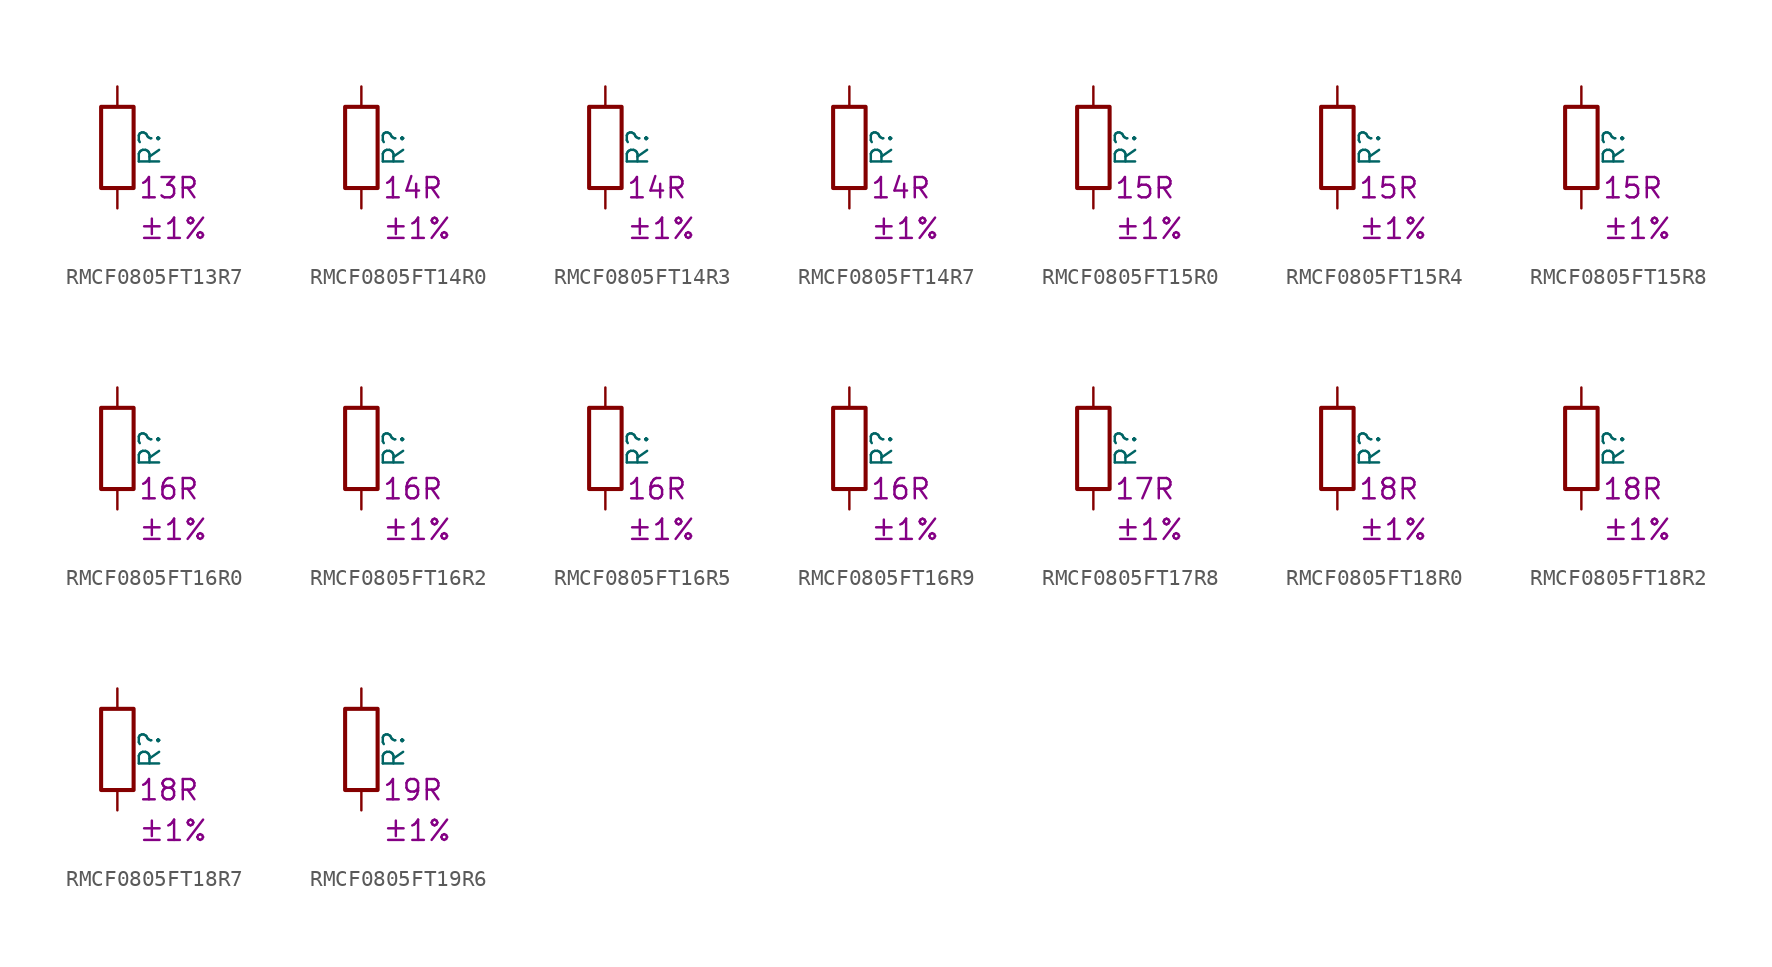
<source format=kicad_sym>
(kicad_symbol_lib
  (version 20220914)
  (generator kicad_symbol_editor)
  (symbol "RMCF0805FT13R7"
    (pin_numbers hide)
    (pin_names
      (offset 0))
    (property "Reference" "R"
      (at 2.032 0 90)
      (effects (font (size 1.27 1.27))))
    (property "Resistance" "13R"
      (at 1.27 -2.54 0)
      (effects (font (size 1.27 1.27)) (justify left)))
    (property "Tolerance" "±1%"
      (at 1.27 -5.08 0)
      (effects (font (size 1.27 1.27)) (justify left)))
    (symbol "RMCF0805FT13R7_0_1"
      (rectangle (start -1.016 -2.54) (end 1.016 2.54) (stroke (width 0.254) (type default)) (fill (type none))))
    (symbol "RMCF0805FT13R7_1_1"
      (pin passive line (at 0 3.81 270) (length 1.27) (name "~" (effects (font (size 1.27 1.27)))) (number "1" (effects (font (size 1.27 1.27)))))
      (pin passive line (at 0 -3.81 90) (length 1.27) (name "~" (effects (font (size 1.27 1.27)))) (number "2" (effects (font (size 1.27 1.27)))))))
  (symbol "RMCF0805FT14R0"
    (pin_numbers hide)
    (pin_names
      (offset 0))
    (property "Reference" "R"
      (at 2.032 0 90)
      (effects (font (size 1.27 1.27))))
    (property "Resistance" "14R"
      (at 1.27 -2.54 0)
      (effects (font (size 1.27 1.27)) (justify left)))
    (property "Tolerance" "±1%"
      (at 1.27 -5.08 0)
      (effects (font (size 1.27 1.27)) (justify left)))
    (symbol "RMCF0805FT14R0_0_1"
      (rectangle (start -1.016 -2.54) (end 1.016 2.54) (stroke (width 0.254) (type default)) (fill (type none))))
    (symbol "RMCF0805FT14R0_1_1"
      (pin passive line (at 0 3.81 270) (length 1.27) (name "~" (effects (font (size 1.27 1.27)))) (number "1" (effects (font (size 1.27 1.27)))))
      (pin passive line (at 0 -3.81 90) (length 1.27) (name "~" (effects (font (size 1.27 1.27)))) (number "2" (effects (font (size 1.27 1.27)))))))
  (symbol "RMCF0805FT14R3"
    (pin_numbers hide)
    (pin_names
      (offset 0))
    (property "Reference" "R"
      (at 2.032 0 90)
      (effects (font (size 1.27 1.27))))
    (property "Resistance" "14R"
      (at 1.27 -2.54 0)
      (effects (font (size 1.27 1.27)) (justify left)))
    (property "Tolerance" "±1%"
      (at 1.27 -5.08 0)
      (effects (font (size 1.27 1.27)) (justify left)))
    (symbol "RMCF0805FT14R3_0_1"
      (rectangle (start -1.016 -2.54) (end 1.016 2.54) (stroke (width 0.254) (type default)) (fill (type none))))
    (symbol "RMCF0805FT14R3_1_1"
      (pin passive line (at 0 3.81 270) (length 1.27) (name "~" (effects (font (size 1.27 1.27)))) (number "1" (effects (font (size 1.27 1.27)))))
      (pin passive line (at 0 -3.81 90) (length 1.27) (name "~" (effects (font (size 1.27 1.27)))) (number "2" (effects (font (size 1.27 1.27)))))))
  (symbol "RMCF0805FT14R7"
    (pin_numbers hide)
    (pin_names
      (offset 0))
    (property "Reference" "R"
      (at 2.032 0 90)
      (effects (font (size 1.27 1.27))))
    (property "Resistance" "14R"
      (at 1.27 -2.54 0)
      (effects (font (size 1.27 1.27)) (justify left)))
    (property "Tolerance" "±1%"
      (at 1.27 -5.08 0)
      (effects (font (size 1.27 1.27)) (justify left)))
    (symbol "RMCF0805FT14R7_0_1"
      (rectangle (start -1.016 -2.54) (end 1.016 2.54) (stroke (width 0.254) (type default)) (fill (type none))))
    (symbol "RMCF0805FT14R7_1_1"
      (pin passive line (at 0 3.81 270) (length 1.27) (name "~" (effects (font (size 1.27 1.27)))) (number "1" (effects (font (size 1.27 1.27)))))
      (pin passive line (at 0 -3.81 90) (length 1.27) (name "~" (effects (font (size 1.27 1.27)))) (number "2" (effects (font (size 1.27 1.27)))))))
  (symbol "RMCF0805FT15R0"
    (pin_numbers hide)
    (pin_names
      (offset 0))
    (property "Reference" "R"
      (at 2.032 0 90)
      (effects (font (size 1.27 1.27))))
    (property "Resistance" "15R"
      (at 1.27 -2.54 0)
      (effects (font (size 1.27 1.27)) (justify left)))
    (property "Tolerance" "±1%"
      (at 1.27 -5.08 0)
      (effects (font (size 1.27 1.27)) (justify left)))
    (symbol "RMCF0805FT15R0_0_1"
      (rectangle (start -1.016 -2.54) (end 1.016 2.54) (stroke (width 0.254) (type default)) (fill (type none))))
    (symbol "RMCF0805FT15R0_1_1"
      (pin passive line (at 0 3.81 270) (length 1.27) (name "~" (effects (font (size 1.27 1.27)))) (number "1" (effects (font (size 1.27 1.27)))))
      (pin passive line (at 0 -3.81 90) (length 1.27) (name "~" (effects (font (size 1.27 1.27)))) (number "2" (effects (font (size 1.27 1.27)))))))
  (symbol "RMCF0805FT15R4"
    (pin_numbers hide)
    (pin_names
      (offset 0))
    (property "Reference" "R"
      (at 2.032 0 90)
      (effects (font (size 1.27 1.27))))
    (property "Resistance" "15R"
      (at 1.27 -2.54 0)
      (effects (font (size 1.27 1.27)) (justify left)))
    (property "Tolerance" "±1%"
      (at 1.27 -5.08 0)
      (effects (font (size 1.27 1.27)) (justify left)))
    (symbol "RMCF0805FT15R4_0_1"
      (rectangle (start -1.016 -2.54) (end 1.016 2.54) (stroke (width 0.254) (type default)) (fill (type none))))
    (symbol "RMCF0805FT15R4_1_1"
      (pin passive line (at 0 3.81 270) (length 1.27) (name "~" (effects (font (size 1.27 1.27)))) (number "1" (effects (font (size 1.27 1.27)))))
      (pin passive line (at 0 -3.81 90) (length 1.27) (name "~" (effects (font (size 1.27 1.27)))) (number "2" (effects (font (size 1.27 1.27)))))))
  (symbol "RMCF0805FT15R8"
    (pin_numbers hide)
    (pin_names
      (offset 0))
    (property "Reference" "R"
      (at 2.032 0 90)
      (effects (font (size 1.27 1.27))))
    (property "Resistance" "15R"
      (at 1.27 -2.54 0)
      (effects (font (size 1.27 1.27)) (justify left)))
    (property "Tolerance" "±1%"
      (at 1.27 -5.08 0)
      (effects (font (size 1.27 1.27)) (justify left)))
    (symbol "RMCF0805FT15R8_0_1"
      (rectangle (start -1.016 -2.54) (end 1.016 2.54) (stroke (width 0.254) (type default)) (fill (type none))))
    (symbol "RMCF0805FT15R8_1_1"
      (pin passive line (at 0 3.81 270) (length 1.27) (name "~" (effects (font (size 1.27 1.27)))) (number "1" (effects (font (size 1.27 1.27)))))
      (pin passive line (at 0 -3.81 90) (length 1.27) (name "~" (effects (font (size 1.27 1.27)))) (number "2" (effects (font (size 1.27 1.27)))))))
  (symbol "RMCF0805FT16R0"
    (pin_numbers hide)
    (pin_names
      (offset 0))
    (property "Reference" "R"
      (at 2.032 0 90)
      (effects (font (size 1.27 1.27))))
    (property "Resistance" "16R"
      (at 1.27 -2.54 0)
      (effects (font (size 1.27 1.27)) (justify left)))
    (property "Tolerance" "±1%"
      (at 1.27 -5.08 0)
      (effects (font (size 1.27 1.27)) (justify left)))
    (symbol "RMCF0805FT16R0_0_1"
      (rectangle (start -1.016 -2.54) (end 1.016 2.54) (stroke (width 0.254) (type default)) (fill (type none))))
    (symbol "RMCF0805FT16R0_1_1"
      (pin passive line (at 0 3.81 270) (length 1.27) (name "~" (effects (font (size 1.27 1.27)))) (number "1" (effects (font (size 1.27 1.27)))))
      (pin passive line (at 0 -3.81 90) (length 1.27) (name "~" (effects (font (size 1.27 1.27)))) (number "2" (effects (font (size 1.27 1.27)))))))
  (symbol "RMCF0805FT16R2"
    (pin_numbers hide)
    (pin_names
      (offset 0))
    (property "Reference" "R"
      (at 2.032 0 90)
      (effects (font (size 1.27 1.27))))
    (property "Resistance" "16R"
      (at 1.27 -2.54 0)
      (effects (font (size 1.27 1.27)) (justify left)))
    (property "Tolerance" "±1%"
      (at 1.27 -5.08 0)
      (effects (font (size 1.27 1.27)) (justify left)))
    (symbol "RMCF0805FT16R2_0_1"
      (rectangle (start -1.016 -2.54) (end 1.016 2.54) (stroke (width 0.254) (type default)) (fill (type none))))
    (symbol "RMCF0805FT16R2_1_1"
      (pin passive line (at 0 3.81 270) (length 1.27) (name "~" (effects (font (size 1.27 1.27)))) (number "1" (effects (font (size 1.27 1.27)))))
      (pin passive line (at 0 -3.81 90) (length 1.27) (name "~" (effects (font (size 1.27 1.27)))) (number "2" (effects (font (size 1.27 1.27)))))))
  (symbol "RMCF0805FT16R5"
    (pin_numbers hide)
    (pin_names
      (offset 0))
    (property "Reference" "R"
      (at 2.032 0 90)
      (effects (font (size 1.27 1.27))))
    (property "Resistance" "16R"
      (at 1.27 -2.54 0)
      (effects (font (size 1.27 1.27)) (justify left)))
    (property "Tolerance" "±1%"
      (at 1.27 -5.08 0)
      (effects (font (size 1.27 1.27)) (justify left)))
    (symbol "RMCF0805FT16R5_0_1"
      (rectangle (start -1.016 -2.54) (end 1.016 2.54) (stroke (width 0.254) (type default)) (fill (type none))))
    (symbol "RMCF0805FT16R5_1_1"
      (pin passive line (at 0 3.81 270) (length 1.27) (name "~" (effects (font (size 1.27 1.27)))) (number "1" (effects (font (size 1.27 1.27)))))
      (pin passive line (at 0 -3.81 90) (length 1.27) (name "~" (effects (font (size 1.27 1.27)))) (number "2" (effects (font (size 1.27 1.27)))))))
  (symbol "RMCF0805FT16R9"
    (pin_numbers hide)
    (pin_names
      (offset 0))
    (property "Reference" "R"
      (at 2.032 0 90)
      (effects (font (size 1.27 1.27))))
    (property "Resistance" "16R"
      (at 1.27 -2.54 0)
      (effects (font (size 1.27 1.27)) (justify left)))
    (property "Tolerance" "±1%"
      (at 1.27 -5.08 0)
      (effects (font (size 1.27 1.27)) (justify left)))
    (symbol "RMCF0805FT16R9_0_1"
      (rectangle (start -1.016 -2.54) (end 1.016 2.54) (stroke (width 0.254) (type default)) (fill (type none))))
    (symbol "RMCF0805FT16R9_1_1"
      (pin passive line (at 0 3.81 270) (length 1.27) (name "~" (effects (font (size 1.27 1.27)))) (number "1" (effects (font (size 1.27 1.27)))))
      (pin passive line (at 0 -3.81 90) (length 1.27) (name "~" (effects (font (size 1.27 1.27)))) (number "2" (effects (font (size 1.27 1.27)))))))
  (symbol "RMCF0805FT17R8"
    (pin_numbers hide)
    (pin_names
      (offset 0))
    (property "Reference" "R"
      (at 2.032 0 90)
      (effects (font (size 1.27 1.27))))
    (property "Resistance" "17R"
      (at 1.27 -2.54 0)
      (effects (font (size 1.27 1.27)) (justify left)))
    (property "Tolerance" "±1%"
      (at 1.27 -5.08 0)
      (effects (font (size 1.27 1.27)) (justify left)))
    (symbol "RMCF0805FT17R8_0_1"
      (rectangle (start -1.016 -2.54) (end 1.016 2.54) (stroke (width 0.254) (type default)) (fill (type none))))
    (symbol "RMCF0805FT17R8_1_1"
      (pin passive line (at 0 3.81 270) (length 1.27) (name "~" (effects (font (size 1.27 1.27)))) (number "1" (effects (font (size 1.27 1.27)))))
      (pin passive line (at 0 -3.81 90) (length 1.27) (name "~" (effects (font (size 1.27 1.27)))) (number "2" (effects (font (size 1.27 1.27)))))))
  (symbol "RMCF0805FT18R0"
    (pin_numbers hide)
    (pin_names
      (offset 0))
    (property "Reference" "R"
      (at 2.032 0 90)
      (effects (font (size 1.27 1.27))))
    (property "Resistance" "18R"
      (at 1.27 -2.54 0)
      (effects (font (size 1.27 1.27)) (justify left)))
    (property "Tolerance" "±1%"
      (at 1.27 -5.08 0)
      (effects (font (size 1.27 1.27)) (justify left)))
    (symbol "RMCF0805FT18R0_0_1"
      (rectangle (start -1.016 -2.54) (end 1.016 2.54) (stroke (width 0.254) (type default)) (fill (type none))))
    (symbol "RMCF0805FT18R0_1_1"
      (pin passive line (at 0 3.81 270) (length 1.27) (name "~" (effects (font (size 1.27 1.27)))) (number "1" (effects (font (size 1.27 1.27)))))
      (pin passive line (at 0 -3.81 90) (length 1.27) (name "~" (effects (font (size 1.27 1.27)))) (number "2" (effects (font (size 1.27 1.27)))))))
  (symbol "RMCF0805FT18R2"
    (pin_numbers hide)
    (pin_names
      (offset 0))
    (property "Reference" "R"
      (at 2.032 0 90)
      (effects (font (size 1.27 1.27))))
    (property "Resistance" "18R"
      (at 1.27 -2.54 0)
      (effects (font (size 1.27 1.27)) (justify left)))
    (property "Tolerance" "±1%"
      (at 1.27 -5.08 0)
      (effects (font (size 1.27 1.27)) (justify left)))
    (symbol "RMCF0805FT18R2_0_1"
      (rectangle (start -1.016 -2.54) (end 1.016 2.54) (stroke (width 0.254) (type default)) (fill (type none))))
    (symbol "RMCF0805FT18R2_1_1"
      (pin passive line (at 0 3.81 270) (length 1.27) (name "~" (effects (font (size 1.27 1.27)))) (number "1" (effects (font (size 1.27 1.27)))))
      (pin passive line (at 0 -3.81 90) (length 1.27) (name "~" (effects (font (size 1.27 1.27)))) (number "2" (effects (font (size 1.27 1.27)))))))
  (symbol "RMCF0805FT18R7"
    (pin_numbers hide)
    (pin_names
      (offset 0))
    (property "Reference" "R"
      (at 2.032 0 90)
      (effects (font (size 1.27 1.27))))
    (property "Resistance" "18R"
      (at 1.27 -2.54 0)
      (effects (font (size 1.27 1.27)) (justify left)))
    (property "Tolerance" "±1%"
      (at 1.27 -5.08 0)
      (effects (font (size 1.27 1.27)) (justify left)))
    (symbol "RMCF0805FT18R7_0_1"
      (rectangle (start -1.016 -2.54) (end 1.016 2.54) (stroke (width 0.254) (type default)) (fill (type none))))
    (symbol "RMCF0805FT18R7_1_1"
      (pin passive line (at 0 3.81 270) (length 1.27) (name "~" (effects (font (size 1.27 1.27)))) (number "1" (effects (font (size 1.27 1.27)))))
      (pin passive line (at 0 -3.81 90) (length 1.27) (name "~" (effects (font (size 1.27 1.27)))) (number "2" (effects (font (size 1.27 1.27)))))))
  (symbol "RMCF0805FT19R6"
    (pin_numbers hide)
    (pin_names
      (offset 0))
    (property "Reference" "R"
      (at 2.032 0 90)
      (effects (font (size 1.27 1.27))))
    (property "Resistance" "19R"
      (at 1.27 -2.54 0)
      (effects (font (size 1.27 1.27)) (justify left)))
    (property "Tolerance" "±1%"
      (at 1.27 -5.08 0)
      (effects (font (size 1.27 1.27)) (justify left)))
    (symbol "RMCF0805FT19R6_0_1"
      (rectangle (start -1.016 -2.54) (end 1.016 2.54) (stroke (width 0.254) (type default)) (fill (type none))))
    (symbol "RMCF0805FT19R6_1_1"
      (pin passive line (at 0 3.81 270) (length 1.27) (name "~" (effects (font (size 1.27 1.27)))) (number "1" (effects (font (size 1.27 1.27)))))
      (pin passive line (at 0 -3.81 90) (length 1.27) (name "~" (effects (font (size 1.27 1.27)))) (number "2" (effects (font (size 1.27 1.27))))))))
</source>
